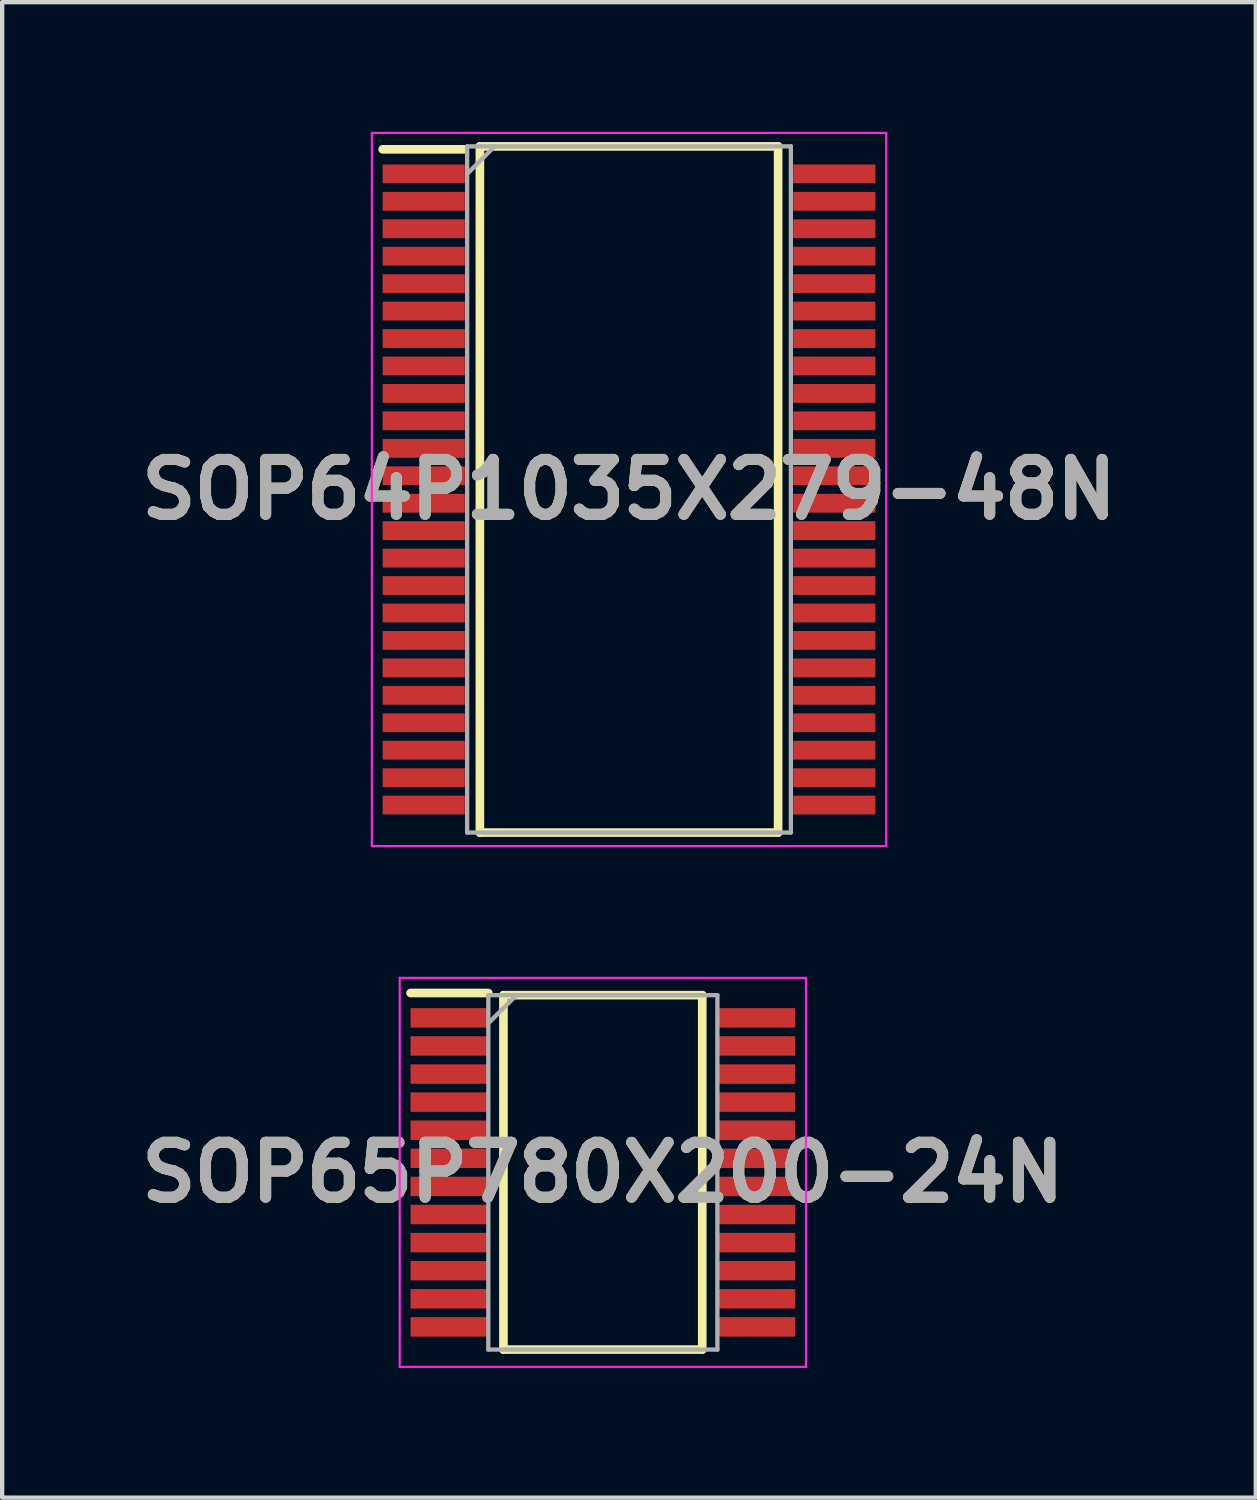
<source format=kicad_pcb>
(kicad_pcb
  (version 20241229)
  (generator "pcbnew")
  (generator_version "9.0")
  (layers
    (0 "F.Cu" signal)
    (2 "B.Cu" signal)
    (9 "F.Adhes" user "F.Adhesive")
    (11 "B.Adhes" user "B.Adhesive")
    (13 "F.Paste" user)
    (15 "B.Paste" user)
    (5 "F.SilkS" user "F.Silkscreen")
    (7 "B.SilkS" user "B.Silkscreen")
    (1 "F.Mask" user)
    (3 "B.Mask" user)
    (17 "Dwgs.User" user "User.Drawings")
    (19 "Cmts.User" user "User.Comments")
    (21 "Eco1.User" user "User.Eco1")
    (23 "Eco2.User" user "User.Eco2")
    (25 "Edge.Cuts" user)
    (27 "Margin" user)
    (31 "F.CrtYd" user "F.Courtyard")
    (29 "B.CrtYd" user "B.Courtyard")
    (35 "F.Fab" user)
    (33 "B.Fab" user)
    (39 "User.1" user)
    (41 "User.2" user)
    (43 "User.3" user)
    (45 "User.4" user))
  (footprint "SOP65P780X200-24N"
    (layer "F.Cu")
    (at 10.898 24.075)
    (property "Reference" "SOP65P780X200-24N" (at 0 0 0) (layer "F.SilkS") (effects (font (size 1.27 1.27) (thickness 0.254))))
    (attr smd)
    (fp_line (start -4.45 -4.15) (end -2.65 -4.15) (stroke (width 0.2) (type solid)) (layer "F.SilkS"))
    (fp_line (start -2.3 -4.1) (end 2.3 -4.1) (stroke (width 0.2) (type solid)) (layer "F.SilkS"))
    (fp_line (start -2.3 4.1) (end -2.3 -4.1) (stroke (width 0.2) (type solid)) (layer "F.SilkS"))
    (fp_line (start 2.3 -4.1) (end 2.3 4.1) (stroke (width 0.2) (type solid)) (layer "F.SilkS"))
    (fp_line (start 2.3 4.1) (end -2.3 4.1) (stroke (width 0.2) (type solid)) (layer "F.SilkS"))
    (fp_line (start -4.7 -4.5) (end 4.7 -4.5) (stroke (width 0.05) (type solid)) (layer "F.CrtYd"))
    (fp_line (start -4.7 4.5) (end -4.7 -4.5) (stroke (width 0.05) (type solid)) (layer "F.CrtYd"))
    (fp_line (start 4.7 -4.5) (end 4.7 4.5) (stroke (width 0.05) (type solid)) (layer "F.CrtYd"))
    (fp_line (start 4.7 4.5) (end -4.7 4.5) (stroke (width 0.05) (type solid)) (layer "F.CrtYd"))
    (fp_line (start -2.65 -4.1) (end 2.65 -4.1) (stroke (width 0.1) (type solid)) (layer "F.Fab"))
    (fp_line (start -2.65 -3.45) (end -2 -4.1) (stroke (width 0.1) (type solid)) (layer "F.Fab"))
    (fp_line (start -2.65 4.1) (end -2.65 -4.1) (stroke (width 0.1) (type solid)) (layer "F.Fab"))
    (fp_line (start 2.65 -4.1) (end 2.65 4.1) (stroke (width 0.1) (type solid)) (layer "F.Fab"))
    (fp_line (start 2.65 4.1) (end -2.65 4.1) (stroke (width 0.1) (type solid)) (layer "F.Fab"))
    (fp_text user "${REFERENCE}" (at 0 0 0) (layer "F.Fab") (effects (font (size 1.27 1.27) (thickness 0.254))))
    (pad "1" smd rect (at -3.55 -3.575 90) (size 0.45 1.8) (layers "F.Cu" "F.Mask" "F.Paste"))
    (pad "2" smd rect (at -3.55 -2.925 90) (size 0.45 1.8) (layers "F.Cu" "F.Mask" "F.Paste"))
    (pad "3" smd rect (at -3.55 -2.275 90) (size 0.45 1.8) (layers "F.Cu" "F.Mask" "F.Paste"))
    (pad "4" smd rect (at -3.55 -1.625 90) (size 0.45 1.8) (layers "F.Cu" "F.Mask" "F.Paste"))
    (pad "5" smd rect (at -3.55 -0.975 90) (size 0.45 1.8) (layers "F.Cu" "F.Mask" "F.Paste"))
    (pad "6" smd rect (at -3.55 -0.325 90) (size 0.45 1.8) (layers "F.Cu" "F.Mask" "F.Paste"))
    (pad "7" smd rect (at -3.55 0.325 90) (size 0.45 1.8) (layers "F.Cu" "F.Mask" "F.Paste"))
    (pad "8" smd rect (at -3.55 0.975 90) (size 0.45 1.8) (layers "F.Cu" "F.Mask" "F.Paste"))
    (pad "9" smd rect (at -3.55 1.625 90) (size 0.45 1.8) (layers "F.Cu" "F.Mask" "F.Paste"))
    (pad "10" smd rect (at -3.55 2.275 90) (size 0.45 1.8) (layers "F.Cu" "F.Mask" "F.Paste"))
    (pad "11" smd rect (at -3.55 2.925 90) (size 0.45 1.8) (layers "F.Cu" "F.Mask" "F.Paste"))
    (pad "12" smd rect (at -3.55 3.575 90) (size 0.45 1.8) (layers "F.Cu" "F.Mask" "F.Paste"))
    (pad "13" smd rect (at 3.55 3.575 90) (size 0.45 1.8) (layers "F.Cu" "F.Mask" "F.Paste"))
    (pad "14" smd rect (at 3.55 2.925 90) (size 0.45 1.8) (layers "F.Cu" "F.Mask" "F.Paste"))
    (pad "15" smd rect (at 3.55 2.275 90) (size 0.45 1.8) (layers "F.Cu" "F.Mask" "F.Paste"))
    (pad "16" smd rect (at 3.55 1.625 90) (size 0.45 1.8) (layers "F.Cu" "F.Mask" "F.Paste"))
    (pad "17" smd rect (at 3.55 0.975 90) (size 0.45 1.8) (layers "F.Cu" "F.Mask" "F.Paste"))
    (pad "18" smd rect (at 3.55 0.325 90) (size 0.45 1.8) (layers "F.Cu" "F.Mask" "F.Paste"))
    (pad "19" smd rect (at 3.55 -0.325 90) (size 0.45 1.8) (layers "F.Cu" "F.Mask" "F.Paste"))
    (pad "20" smd rect (at 3.55 -0.975 90) (size 0.45 1.8) (layers "F.Cu" "F.Mask" "F.Paste"))
    (pad "21" smd rect (at 3.55 -1.625 90) (size 0.45 1.8) (layers "F.Cu" "F.Mask" "F.Paste"))
    (pad "22" smd rect (at 3.55 -2.275 90) (size 0.45 1.8) (layers "F.Cu" "F.Mask" "F.Paste"))
    (pad "23" smd rect (at 3.55 -2.925 90) (size 0.45 1.8) (layers "F.Cu" "F.Mask" "F.Paste"))
    (pad "24" smd rect (at 3.55 -3.575 90) (size 0.45 1.8) (layers "F.Cu" "F.Mask" "F.Paste")))
  (footprint "SOP64P1035X279-48N"
    (layer "F.Cu")
    (at 11.503 8.275)
    (property "Reference" "SOP64P1035X279-48N" (at 0 0 0) (layer "F.SilkS") (effects (font (size 1.27 1.27) (thickness 0.254))))
    (attr smd)
    (fp_line (start -5.7 -7.87) (end -3.8 -7.87) (stroke (width 0.2) (type solid)) (layer "F.SilkS"))
    (fp_line (start -3.45 -7.938) (end 3.45 -7.938) (stroke (width 0.2) (type solid)) (layer "F.SilkS"))
    (fp_line (start -3.45 7.938) (end -3.45 -7.938) (stroke (width 0.2) (type solid)) (layer "F.SilkS"))
    (fp_line (start 3.45 -7.938) (end 3.45 7.938) (stroke (width 0.2) (type solid)) (layer "F.SilkS"))
    (fp_line (start 3.45 7.938) (end -3.45 7.938) (stroke (width 0.2) (type solid)) (layer "F.SilkS"))
    (fp_line (start -5.95 -8.25) (end 5.95 -8.25) (stroke (width 0.05) (type solid)) (layer "F.CrtYd"))
    (fp_line (start -5.95 8.25) (end -5.95 -8.25) (stroke (width 0.05) (type solid)) (layer "F.CrtYd"))
    (fp_line (start 5.95 -8.25) (end 5.95 8.25) (stroke (width 0.05) (type solid)) (layer "F.CrtYd"))
    (fp_line (start 5.95 8.25) (end -5.95 8.25) (stroke (width 0.05) (type solid)) (layer "F.CrtYd"))
    (fp_line (start -3.745 -7.938) (end 3.745 -7.938) (stroke (width 0.1) (type solid)) (layer "F.Fab"))
    (fp_line (start -3.745 -7.302) (end -3.11 -7.938) (stroke (width 0.1) (type solid)) (layer "F.Fab"))
    (fp_line (start -3.745 7.938) (end -3.745 -7.938) (stroke (width 0.1) (type solid)) (layer "F.Fab"))
    (fp_line (start 3.745 -7.938) (end 3.745 7.938) (stroke (width 0.1) (type solid)) (layer "F.Fab"))
    (fp_line (start 3.745 7.938) (end -3.745 7.938) (stroke (width 0.1) (type solid)) (layer "F.Fab"))
    (fp_text user "${REFERENCE}" (at 0 0 0) (layer "F.Fab") (effects (font (size 1.27 1.27) (thickness 0.254))))
    (pad "1" smd rect (at -4.75 -7.302 90) (size 0.435 1.9) (layers "F.Cu" "F.Mask" "F.Paste"))
    (pad "2" smd rect (at -4.75 -6.668 90) (size 0.435 1.9) (layers "F.Cu" "F.Mask" "F.Paste"))
    (pad "3" smd rect (at -4.75 -6.032 90) (size 0.435 1.9) (layers "F.Cu" "F.Mask" "F.Paste"))
    (pad "4" smd rect (at -4.75 -5.398 90) (size 0.435 1.9) (layers "F.Cu" "F.Mask" "F.Paste"))
    (pad "5" smd rect (at -4.75 -4.762 90) (size 0.435 1.9) (layers "F.Cu" "F.Mask" "F.Paste"))
    (pad "6" smd rect (at -4.75 -4.128 90) (size 0.435 1.9) (layers "F.Cu" "F.Mask" "F.Paste"))
    (pad "7" smd rect (at -4.75 -3.492 90) (size 0.435 1.9) (layers "F.Cu" "F.Mask" "F.Paste"))
    (pad "8" smd rect (at -4.75 -2.858 90) (size 0.435 1.9) (layers "F.Cu" "F.Mask" "F.Paste"))
    (pad "9" smd rect (at -4.75 -2.222 90) (size 0.435 1.9) (layers "F.Cu" "F.Mask" "F.Paste"))
    (pad "10" smd rect (at -4.75 -1.588 90) (size 0.435 1.9) (layers "F.Cu" "F.Mask" "F.Paste"))
    (pad "11" smd rect (at -4.75 -0.952 90) (size 0.435 1.9) (layers "F.Cu" "F.Mask" "F.Paste"))
    (pad "12" smd rect (at -4.75 -0.318 90) (size 0.435 1.9) (layers "F.Cu" "F.Mask" "F.Paste"))
    (pad "13" smd rect (at -4.75 0.318 90) (size 0.435 1.9) (layers "F.Cu" "F.Mask" "F.Paste"))
    (pad "14" smd rect (at -4.75 0.952 90) (size 0.435 1.9) (layers "F.Cu" "F.Mask" "F.Paste"))
    (pad "15" smd rect (at -4.75 1.588 90) (size 0.435 1.9) (layers "F.Cu" "F.Mask" "F.Paste"))
    (pad "16" smd rect (at -4.75 2.222 90) (size 0.435 1.9) (layers "F.Cu" "F.Mask" "F.Paste"))
    (pad "17" smd rect (at -4.75 2.858 90) (size 0.435 1.9) (layers "F.Cu" "F.Mask" "F.Paste"))
    (pad "18" smd rect (at -4.75 3.492 90) (size 0.435 1.9) (layers "F.Cu" "F.Mask" "F.Paste"))
    (pad "19" smd rect (at -4.75 4.128 90) (size 0.435 1.9) (layers "F.Cu" "F.Mask" "F.Paste"))
    (pad "20" smd rect (at -4.75 4.762 90) (size 0.435 1.9) (layers "F.Cu" "F.Mask" "F.Paste"))
    (pad "21" smd rect (at -4.75 5.398 90) (size 0.435 1.9) (layers "F.Cu" "F.Mask" "F.Paste"))
    (pad "22" smd rect (at -4.75 6.032 90) (size 0.435 1.9) (layers "F.Cu" "F.Mask" "F.Paste"))
    (pad "23" smd rect (at -4.75 6.668 90) (size 0.435 1.9) (layers "F.Cu" "F.Mask" "F.Paste"))
    (pad "24" smd rect (at -4.75 7.302 90) (size 0.435 1.9) (layers "F.Cu" "F.Mask" "F.Paste"))
    (pad "25" smd rect (at 4.75 7.302 90) (size 0.435 1.9) (layers "F.Cu" "F.Mask" "F.Paste"))
    (pad "26" smd rect (at 4.75 6.668 90) (size 0.435 1.9) (layers "F.Cu" "F.Mask" "F.Paste"))
    (pad "27" smd rect (at 4.75 6.032 90) (size 0.435 1.9) (layers "F.Cu" "F.Mask" "F.Paste"))
    (pad "28" smd rect (at 4.75 5.398 90) (size 0.435 1.9) (layers "F.Cu" "F.Mask" "F.Paste"))
    (pad "29" smd rect (at 4.75 4.762 90) (size 0.435 1.9) (layers "F.Cu" "F.Mask" "F.Paste"))
    (pad "30" smd rect (at 4.75 4.128 90) (size 0.435 1.9) (layers "F.Cu" "F.Mask" "F.Paste"))
    (pad "31" smd rect (at 4.75 3.492 90) (size 0.435 1.9) (layers "F.Cu" "F.Mask" "F.Paste"))
    (pad "32" smd rect (at 4.75 2.858 90) (size 0.435 1.9) (layers "F.Cu" "F.Mask" "F.Paste"))
    (pad "33" smd rect (at 4.75 2.222 90) (size 0.435 1.9) (layers "F.Cu" "F.Mask" "F.Paste"))
    (pad "34" smd rect (at 4.75 1.588 90) (size 0.435 1.9) (layers "F.Cu" "F.Mask" "F.Paste"))
    (pad "35" smd rect (at 4.75 0.952 90) (size 0.435 1.9) (layers "F.Cu" "F.Mask" "F.Paste"))
    (pad "36" smd rect (at 4.75 0.318 90) (size 0.435 1.9) (layers "F.Cu" "F.Mask" "F.Paste"))
    (pad "37" smd rect (at 4.75 -0.318 90) (size 0.435 1.9) (layers "F.Cu" "F.Mask" "F.Paste"))
    (pad "38" smd rect (at 4.75 -0.952 90) (size 0.435 1.9) (layers "F.Cu" "F.Mask" "F.Paste"))
    (pad "39" smd rect (at 4.75 -1.588 90) (size 0.435 1.9) (layers "F.Cu" "F.Mask" "F.Paste"))
    (pad "40" smd rect (at 4.75 -2.222 90) (size 0.435 1.9) (layers "F.Cu" "F.Mask" "F.Paste"))
    (pad "41" smd rect (at 4.75 -2.858 90) (size 0.435 1.9) (layers "F.Cu" "F.Mask" "F.Paste"))
    (pad "42" smd rect (at 4.75 -3.492 90) (size 0.435 1.9) (layers "F.Cu" "F.Mask" "F.Paste"))
    (pad "43" smd rect (at 4.75 -4.128 90) (size 0.435 1.9) (layers "F.Cu" "F.Mask" "F.Paste"))
    (pad "44" smd rect (at 4.75 -4.762 90) (size 0.435 1.9) (layers "F.Cu" "F.Mask" "F.Paste"))
    (pad "45" smd rect (at 4.75 -5.398 90) (size 0.435 1.9) (layers "F.Cu" "F.Mask" "F.Paste"))
    (pad "46" smd rect (at 4.75 -6.032 90) (size 0.435 1.9) (layers "F.Cu" "F.Mask" "F.Paste"))
    (pad "47" smd rect (at 4.75 -6.668 90) (size 0.435 1.9) (layers "F.Cu" "F.Mask" "F.Paste"))
    (pad "48" smd rect (at 4.75 -7.302 90) (size 0.435 1.9) (layers "F.Cu" "F.Mask" "F.Paste")))
  (gr_rect
    (start -3 -3)
    (end 26.005 31.6)
    (stroke (width 0.1) (type default))
    (fill no)
    (layer "Edge.Cuts")))
</source>
